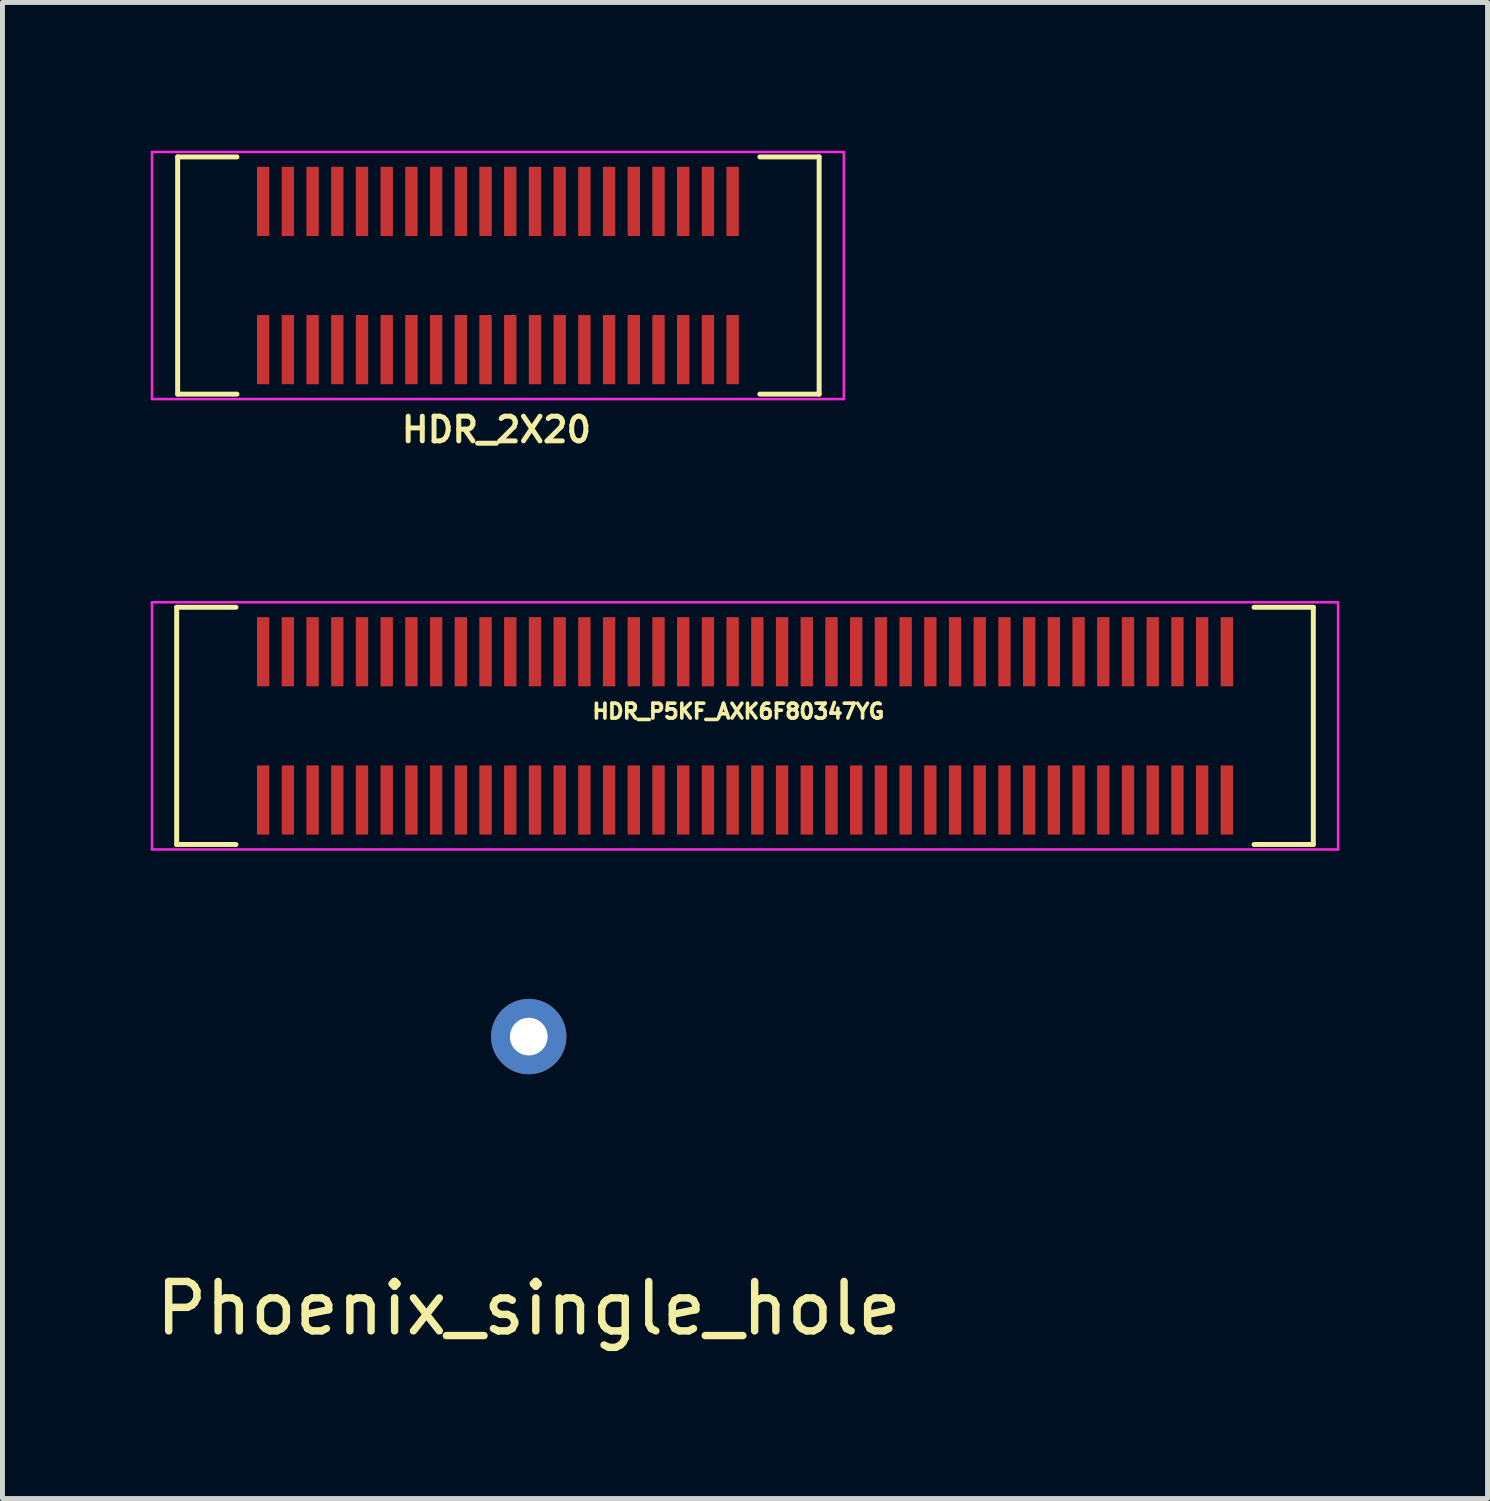
<source format=kicad_pcb>
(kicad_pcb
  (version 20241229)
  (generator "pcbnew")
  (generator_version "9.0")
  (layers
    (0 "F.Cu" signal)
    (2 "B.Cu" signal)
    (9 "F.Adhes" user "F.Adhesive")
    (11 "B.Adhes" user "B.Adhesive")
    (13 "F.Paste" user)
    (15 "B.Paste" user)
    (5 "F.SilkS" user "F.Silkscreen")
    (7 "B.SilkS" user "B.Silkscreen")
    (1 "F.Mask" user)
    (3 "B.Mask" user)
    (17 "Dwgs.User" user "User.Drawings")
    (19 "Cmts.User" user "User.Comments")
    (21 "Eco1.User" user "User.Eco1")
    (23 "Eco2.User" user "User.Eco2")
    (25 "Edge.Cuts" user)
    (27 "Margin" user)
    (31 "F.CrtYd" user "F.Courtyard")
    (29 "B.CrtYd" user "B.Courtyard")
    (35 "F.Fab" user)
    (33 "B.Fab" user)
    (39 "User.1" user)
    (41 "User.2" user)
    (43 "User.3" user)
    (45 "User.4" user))
  (footprint "HDR_P5KF_AXK6F80347YG"
    (layer "F.Cu")
    (at 12.025 11.638)
    (property "Reference" "HDR_P5KF_AXK6F80347YG" (at -0.135 -0.294 0) (layer "F.SilkS") (effects (font (size 0.3 0.3) (thickness 0.074))))
    (attr through_hole)
    (fp_line (start -11.5 -2.4) (end -11.5 2.4) (stroke (width 0.1) (type solid)) (layer "F.SilkS"))
    (fp_line (start -11.5 -2.4) (end -10.3 -2.4) (stroke (width 0.1) (type solid)) (layer "F.SilkS"))
    (fp_line (start -11.5 2.4) (end -10.3 2.4) (stroke (width 0.1) (type solid)) (layer "F.SilkS"))
    (fp_line (start 11.5 -2.4) (end 10.3 -2.4) (stroke (width 0.1) (type solid)) (layer "F.SilkS"))
    (fp_line (start 11.5 -2.4) (end 11.5 2.4) (stroke (width 0.1) (type solid)) (layer "F.SilkS"))
    (fp_line (start 11.5 2.4) (end 10.3 2.4) (stroke (width 0.1) (type solid)) (layer "F.SilkS"))
    (fp_line (start -12 -2.5) (end 12 -2.5) (stroke (width 0.05) (type solid)) (layer "F.CrtYd"))
    (fp_line (start -12 2.5) (end -12 -2.5) (stroke (width 0.05) (type solid)) (layer "F.CrtYd"))
    (fp_line (start 12 -2.5) (end 12 2.5) (stroke (width 0.05) (type solid)) (layer "F.CrtYd"))
    (fp_line (start 12 2.5) (end -12 2.5) (stroke (width 0.05) (type solid)) (layer "F.CrtYd"))
    (pad "1" smd rect (at 9.75 1.5 180) (size 0.25 1.4) (layers "F.Cu" "F.Mask" "F.Paste"))
    (pad "2" smd rect (at 9.75 -1.5 180) (size 0.25 1.4) (layers "F.Cu" "F.Mask" "F.Paste"))
    (pad "3" smd rect (at 9.25 1.5 180) (size 0.25 1.4) (layers "F.Cu" "F.Mask" "F.Paste"))
    (pad "4" smd rect (at 9.25 -1.5 180) (size 0.25 1.4) (layers "F.Cu" "F.Mask" "F.Paste"))
    (pad "5" smd rect (at 8.75 1.5 180) (size 0.25 1.4) (layers "F.Cu" "F.Mask" "F.Paste"))
    (pad "6" smd rect (at 8.75 -1.5 180) (size 0.25 1.4) (layers "F.Cu" "F.Mask" "F.Paste"))
    (pad "7" smd rect (at 8.25 1.5 180) (size 0.25 1.4) (layers "F.Cu" "F.Mask" "F.Paste"))
    (pad "8" smd rect (at 8.25 -1.5 180) (size 0.25 1.4) (layers "F.Cu" "F.Mask" "F.Paste"))
    (pad "9" smd rect (at 7.75 1.5 180) (size 0.25 1.4) (layers "F.Cu" "F.Mask" "F.Paste"))
    (pad "10" smd rect (at 7.75 -1.5 180) (size 0.25 1.4) (layers "F.Cu" "F.Mask" "F.Paste"))
    (pad "11" smd rect (at 7.25 1.5 180) (size 0.25 1.4) (layers "F.Cu" "F.Mask" "F.Paste"))
    (pad "12" smd rect (at 7.25 -1.5 180) (size 0.25 1.4) (layers "F.Cu" "F.Mask" "F.Paste"))
    (pad "13" smd rect (at 6.75 1.5 180) (size 0.25 1.4) (layers "F.Cu" "F.Mask" "F.Paste"))
    (pad "14" smd rect (at 6.75 -1.5 180) (size 0.25 1.4) (layers "F.Cu" "F.Mask" "F.Paste"))
    (pad "15" smd rect (at 6.25 1.5 180) (size 0.25 1.4) (layers "F.Cu" "F.Mask" "F.Paste"))
    (pad "16" smd rect (at 6.25 -1.5 180) (size 0.25 1.4) (layers "F.Cu" "F.Mask" "F.Paste"))
    (pad "17" smd rect (at 5.75 1.5 180) (size 0.25 1.4) (layers "F.Cu" "F.Mask" "F.Paste"))
    (pad "18" smd rect (at 5.75 -1.5 180) (size 0.25 1.4) (layers "F.Cu" "F.Mask" "F.Paste"))
    (pad "19" smd rect (at 5.25 1.5 180) (size 0.25 1.4) (layers "F.Cu" "F.Mask" "F.Paste"))
    (pad "20" smd rect (at 5.25 -1.5 180) (size 0.25 1.4) (layers "F.Cu" "F.Mask" "F.Paste"))
    (pad "21" smd rect (at 4.75 1.5 180) (size 0.25 1.4) (layers "F.Cu" "F.Mask" "F.Paste"))
    (pad "22" smd rect (at 4.75 -1.5 180) (size 0.25 1.4) (layers "F.Cu" "F.Mask" "F.Paste"))
    (pad "23" smd rect (at 4.25 1.5 180) (size 0.25 1.4) (layers "F.Cu" "F.Mask" "F.Paste"))
    (pad "24" smd rect (at 4.25 -1.5 180) (size 0.25 1.4) (layers "F.Cu" "F.Mask" "F.Paste"))
    (pad "25" smd rect (at 3.75 1.5 180) (size 0.25 1.4) (layers "F.Cu" "F.Mask" "F.Paste"))
    (pad "26" smd rect (at 3.75 -1.5 180) (size 0.25 1.4) (layers "F.Cu" "F.Mask" "F.Paste"))
    (pad "27" smd rect (at 3.25 1.5 180) (size 0.25 1.4) (layers "F.Cu" "F.Mask" "F.Paste"))
    (pad "28" smd rect (at 3.25 -1.5 180) (size 0.25 1.4) (layers "F.Cu" "F.Mask" "F.Paste"))
    (pad "29" smd rect (at 2.75 1.5 180) (size 0.25 1.4) (layers "F.Cu" "F.Mask" "F.Paste"))
    (pad "30" smd rect (at 2.75 -1.5 180) (size 0.25 1.4) (layers "F.Cu" "F.Mask" "F.Paste"))
    (pad "31" smd rect (at 2.25 1.5 180) (size 0.25 1.4) (layers "F.Cu" "F.Mask" "F.Paste"))
    (pad "32" smd rect (at 2.25 -1.5 180) (size 0.25 1.4) (layers "F.Cu" "F.Mask" "F.Paste"))
    (pad "33" smd rect (at 1.75 1.5 180) (size 0.25 1.4) (layers "F.Cu" "F.Mask" "F.Paste"))
    (pad "34" smd rect (at 1.75 -1.5 180) (size 0.25 1.4) (layers "F.Cu" "F.Mask" "F.Paste"))
    (pad "35" smd rect (at 1.25 1.5 180) (size 0.25 1.4) (layers "F.Cu" "F.Mask" "F.Paste"))
    (pad "36" smd rect (at 1.25 -1.5 180) (size 0.25 1.4) (layers "F.Cu" "F.Mask" "F.Paste"))
    (pad "37" smd rect (at 0.75 1.5 180) (size 0.25 1.4) (layers "F.Cu" "F.Mask" "F.Paste"))
    (pad "38" smd rect (at 0.75 -1.5 180) (size 0.25 1.4) (layers "F.Cu" "F.Mask" "F.Paste"))
    (pad "39" smd rect (at 0.25 1.5 180) (size 0.25 1.4) (layers "F.Cu" "F.Mask" "F.Paste"))
    (pad "40" smd rect (at 0.25 -1.5 180) (size 0.25 1.4) (layers "F.Cu" "F.Mask" "F.Paste"))
    (pad "41" smd rect (at -0.25 1.5 180) (size 0.25 1.4) (layers "F.Cu" "F.Mask" "F.Paste"))
    (pad "42" smd rect (at -0.25 -1.5 180) (size 0.25 1.4) (layers "F.Cu" "F.Mask" "F.Paste"))
    (pad "43" smd rect (at -0.75 1.5 180) (size 0.25 1.4) (layers "F.Cu" "F.Mask" "F.Paste"))
    (pad "44" smd rect (at -0.75 -1.5 180) (size 0.25 1.4) (layers "F.Cu" "F.Mask" "F.Paste"))
    (pad "45" smd rect (at -1.25 1.5 180) (size 0.25 1.4) (layers "F.Cu" "F.Mask" "F.Paste"))
    (pad "46" smd rect (at -1.25 -1.5 180) (size 0.25 1.4) (layers "F.Cu" "F.Mask" "F.Paste"))
    (pad "47" smd rect (at -1.75 1.5 180) (size 0.25 1.4) (layers "F.Cu" "F.Mask" "F.Paste"))
    (pad "48" smd rect (at -1.75 -1.5 180) (size 0.25 1.4) (layers "F.Cu" "F.Mask" "F.Paste"))
    (pad "49" smd rect (at -2.25 1.5 180) (size 0.25 1.4) (layers "F.Cu" "F.Mask" "F.Paste"))
    (pad "50" smd rect (at -2.25 -1.5 180) (size 0.25 1.4) (layers "F.Cu" "F.Mask" "F.Paste"))
    (pad "51" smd rect (at -2.75 1.5 180) (size 0.25 1.4) (layers "F.Cu" "F.Mask" "F.Paste"))
    (pad "52" smd rect (at -2.75 -1.5 180) (size 0.25 1.4) (layers "F.Cu" "F.Mask" "F.Paste"))
    (pad "53" smd rect (at -3.25 1.5 180) (size 0.25 1.4) (layers "F.Cu" "F.Mask" "F.Paste"))
    (pad "54" smd rect (at -3.25 -1.5 180) (size 0.25 1.4) (layers "F.Cu" "F.Mask" "F.Paste"))
    (pad "55" smd rect (at -3.75 1.5 180) (size 0.25 1.4) (layers "F.Cu" "F.Mask" "F.Paste"))
    (pad "56" smd rect (at -3.75 -1.5 180) (size 0.25 1.4) (layers "F.Cu" "F.Mask" "F.Paste"))
    (pad "57" smd rect (at -4.25 1.5 180) (size 0.25 1.4) (layers "F.Cu" "F.Mask" "F.Paste"))
    (pad "58" smd rect (at -4.25 -1.5 180) (size 0.25 1.4) (layers "F.Cu" "F.Mask" "F.Paste"))
    (pad "59" smd rect (at -4.75 1.5 180) (size 0.25 1.4) (layers "F.Cu" "F.Mask" "F.Paste"))
    (pad "60" smd rect (at -4.75 -1.5 180) (size 0.25 1.4) (layers "F.Cu" "F.Mask" "F.Paste"))
    (pad "61" smd rect (at -5.25 1.5 180) (size 0.25 1.4) (layers "F.Cu" "F.Mask" "F.Paste"))
    (pad "62" smd rect (at -5.25 -1.5 180) (size 0.25 1.4) (layers "F.Cu" "F.Mask" "F.Paste"))
    (pad "63" smd rect (at -5.75 1.5 180) (size 0.25 1.4) (layers "F.Cu" "F.Mask" "F.Paste"))
    (pad "64" smd rect (at -5.75 -1.5 180) (size 0.25 1.4) (layers "F.Cu" "F.Mask" "F.Paste"))
    (pad "65" smd rect (at -6.25 1.5 180) (size 0.25 1.4) (layers "F.Cu" "F.Mask" "F.Paste"))
    (pad "66" smd rect (at -6.25 -1.5 180) (size 0.25 1.4) (layers "F.Cu" "F.Mask" "F.Paste"))
    (pad "67" smd rect (at -6.75 1.5 180) (size 0.25 1.4) (layers "F.Cu" "F.Mask" "F.Paste"))
    (pad "68" smd rect (at -6.75 -1.5 180) (size 0.25 1.4) (layers "F.Cu" "F.Mask" "F.Paste"))
    (pad "69" smd rect (at -7.25 1.5 180) (size 0.25 1.4) (layers "F.Cu" "F.Mask" "F.Paste"))
    (pad "70" smd rect (at -7.25 -1.5 180) (size 0.25 1.4) (layers "F.Cu" "F.Mask" "F.Paste"))
    (pad "71" smd rect (at -7.75 1.5 180) (size 0.25 1.4) (layers "F.Cu" "F.Mask" "F.Paste"))
    (pad "72" smd rect (at -7.75 -1.5 180) (size 0.25 1.4) (layers "F.Cu" "F.Mask" "F.Paste"))
    (pad "73" smd rect (at -8.25 1.5 180) (size 0.25 1.4) (layers "F.Cu" "F.Mask" "F.Paste"))
    (pad "74" smd rect (at -8.25 -1.5 180) (size 0.25 1.4) (layers "F.Cu" "F.Mask" "F.Paste"))
    (pad "75" smd rect (at -8.75 1.5 180) (size 0.25 1.4) (layers "F.Cu" "F.Mask" "F.Paste"))
    (pad "76" smd rect (at -8.75 -1.5 180) (size 0.25 1.4) (layers "F.Cu" "F.Mask" "F.Paste"))
    (pad "77" smd rect (at -9.25 1.5 180) (size 0.25 1.4) (layers "F.Cu" "F.Mask" "F.Paste"))
    (pad "78" smd rect (at -9.25 -1.5 180) (size 0.25 1.4) (layers "F.Cu" "F.Mask" "F.Paste"))
    (pad "79" smd rect (at -9.75 1.5 180) (size 0.25 1.4) (layers "F.Cu" "F.Mask" "F.Paste"))
    (pad "80" smd rect (at -9.75 -1.5 180) (size 0.25 1.4) (layers "F.Cu" "F.Mask" "F.Paste")))
  (footprint "HDR_2X20"
    (layer "F.Cu")
    (at 2.025 2.525)
    (property "Reference" "HDR_2X20" (at 4.97 3.12 0) (layer "F.SilkS") (effects (font (size 0.5 0.5) (thickness 0.1))))
    (attr through_hole)
    (fp_line (start -1.48 -2.4) (end -1.48 2.4) (stroke (width 0.1) (type solid)) (layer "F.SilkS"))
    (fp_line (start -1.48 -2.4) (end -0.28 -2.4) (stroke (width 0.1) (type solid)) (layer "F.SilkS"))
    (fp_line (start -1.48 2.4) (end -0.28 2.4) (stroke (width 0.1) (type solid)) (layer "F.SilkS"))
    (fp_line (start 11.5 -2.4) (end 10.3 -2.4) (stroke (width 0.1) (type solid)) (layer "F.SilkS"))
    (fp_line (start 11.5 -2.4) (end 11.5 2.4) (stroke (width 0.1) (type solid)) (layer "F.SilkS"))
    (fp_line (start 11.5 2.4) (end 10.3 2.4) (stroke (width 0.1) (type solid)) (layer "F.SilkS"))
    (fp_line (start -2 -2.5) (end 12 -2.5) (stroke (width 0.05) (type solid)) (layer "F.CrtYd"))
    (fp_line (start -2 2.5) (end -2 -2.5) (stroke (width 0.05) (type solid)) (layer "F.CrtYd"))
    (fp_line (start 12 -2.5) (end 12 2.5) (stroke (width 0.05) (type solid)) (layer "F.CrtYd"))
    (fp_line (start 12 2.5) (end -2 2.5) (stroke (width 0.05) (type solid)) (layer "F.CrtYd"))
    (pad "1" smd rect (at 9.75 1.5 180) (size 0.25 1.4) (layers "F.Cu" "F.Mask" "F.Paste"))
    (pad "2" smd rect (at 9.75 -1.5 180) (size 0.25 1.4) (layers "F.Cu" "F.Mask" "F.Paste"))
    (pad "3" smd rect (at 9.25 1.5 180) (size 0.25 1.4) (layers "F.Cu" "F.Mask" "F.Paste"))
    (pad "4" smd rect (at 9.25 -1.5 180) (size 0.25 1.4) (layers "F.Cu" "F.Mask" "F.Paste"))
    (pad "5" smd rect (at 8.75 1.5 180) (size 0.25 1.4) (layers "F.Cu" "F.Mask" "F.Paste"))
    (pad "6" smd rect (at 8.75 -1.5 180) (size 0.25 1.4) (layers "F.Cu" "F.Mask" "F.Paste"))
    (pad "7" smd rect (at 8.25 1.5 180) (size 0.25 1.4) (layers "F.Cu" "F.Mask" "F.Paste"))
    (pad "8" smd rect (at 8.25 -1.5 180) (size 0.25 1.4) (layers "F.Cu" "F.Mask" "F.Paste"))
    (pad "9" smd rect (at 7.75 1.5 180) (size 0.25 1.4) (layers "F.Cu" "F.Mask" "F.Paste"))
    (pad "10" smd rect (at 7.75 -1.5 180) (size 0.25 1.4) (layers "F.Cu" "F.Mask" "F.Paste"))
    (pad "11" smd rect (at 7.25 1.5 180) (size 0.25 1.4) (layers "F.Cu" "F.Mask" "F.Paste"))
    (pad "12" smd rect (at 7.25 -1.5 180) (size 0.25 1.4) (layers "F.Cu" "F.Mask" "F.Paste"))
    (pad "13" smd rect (at 6.75 1.5 180) (size 0.25 1.4) (layers "F.Cu" "F.Mask" "F.Paste"))
    (pad "14" smd rect (at 6.75 -1.5 180) (size 0.25 1.4) (layers "F.Cu" "F.Mask" "F.Paste"))
    (pad "15" smd rect (at 6.25 1.5 180) (size 0.25 1.4) (layers "F.Cu" "F.Mask" "F.Paste"))
    (pad "16" smd rect (at 6.25 -1.5 180) (size 0.25 1.4) (layers "F.Cu" "F.Mask" "F.Paste"))
    (pad "17" smd rect (at 5.75 1.5 180) (size 0.25 1.4) (layers "F.Cu" "F.Mask" "F.Paste"))
    (pad "18" smd rect (at 5.75 -1.5 180) (size 0.25 1.4) (layers "F.Cu" "F.Mask" "F.Paste"))
    (pad "19" smd rect (at 5.25 1.5 180) (size 0.25 1.4) (layers "F.Cu" "F.Mask" "F.Paste"))
    (pad "20" smd rect (at 5.25 -1.5 180) (size 0.25 1.4) (layers "F.Cu" "F.Mask" "F.Paste"))
    (pad "21" smd rect (at 4.75 1.5 180) (size 0.25 1.4) (layers "F.Cu" "F.Mask" "F.Paste"))
    (pad "22" smd rect (at 4.75 -1.5 180) (size 0.25 1.4) (layers "F.Cu" "F.Mask" "F.Paste"))
    (pad "23" smd rect (at 4.25 1.5 180) (size 0.25 1.4) (layers "F.Cu" "F.Mask" "F.Paste"))
    (pad "24" smd rect (at 4.25 -1.5 180) (size 0.25 1.4) (layers "F.Cu" "F.Mask" "F.Paste"))
    (pad "25" smd rect (at 3.75 1.5 180) (size 0.25 1.4) (layers "F.Cu" "F.Mask" "F.Paste"))
    (pad "26" smd rect (at 3.75 -1.5 180) (size 0.25 1.4) (layers "F.Cu" "F.Mask" "F.Paste"))
    (pad "27" smd rect (at 3.25 1.5 180) (size 0.25 1.4) (layers "F.Cu" "F.Mask" "F.Paste"))
    (pad "28" smd rect (at 3.25 -1.5 180) (size 0.25 1.4) (layers "F.Cu" "F.Mask" "F.Paste"))
    (pad "29" smd rect (at 2.75 1.5 180) (size 0.25 1.4) (layers "F.Cu" "F.Mask" "F.Paste"))
    (pad "30" smd rect (at 2.75 -1.5 180) (size 0.25 1.4) (layers "F.Cu" "F.Mask" "F.Paste"))
    (pad "31" smd rect (at 2.25 1.5 180) (size 0.25 1.4) (layers "F.Cu" "F.Mask" "F.Paste"))
    (pad "32" smd rect (at 2.25 -1.5 180) (size 0.25 1.4) (layers "F.Cu" "F.Mask" "F.Paste"))
    (pad "33" smd rect (at 1.75 1.5 180) (size 0.25 1.4) (layers "F.Cu" "F.Mask" "F.Paste"))
    (pad "34" smd rect (at 1.75 -1.5 180) (size 0.25 1.4) (layers "F.Cu" "F.Mask" "F.Paste"))
    (pad "35" smd rect (at 1.25 1.5 180) (size 0.25 1.4) (layers "F.Cu" "F.Mask" "F.Paste"))
    (pad "36" smd rect (at 1.25 -1.5 180) (size 0.25 1.4) (layers "F.Cu" "F.Mask" "F.Paste"))
    (pad "37" smd rect (at 0.75 1.5 180) (size 0.25 1.4) (layers "F.Cu" "F.Mask" "F.Paste"))
    (pad "38" smd rect (at 0.75 -1.5 180) (size 0.25 1.4) (layers "F.Cu" "F.Mask" "F.Paste"))
    (pad "39" smd rect (at 0.25 1.5 180) (size 0.25 1.4) (layers "F.Cu" "F.Mask" "F.Paste"))
    (pad "40" smd rect (at 0.25 -1.5 180) (size 0.25 1.4) (layers "F.Cu" "F.Mask" "F.Paste")))
  (footprint "Phoenix_single_hole"
    (layer "F.Cu")
    (at 7.649 22.925)
    (property "Reference" "Phoenix_single_hole" (at 0 0.5 0) (layer "F.SilkS") (effects (font (size 1 1) (thickness 0.15))))
    (attr through_hole)
    (pad "1" thru_hole circle (at 0 -5) (size 1.524 1.524) (drill 0.762) (layers "*.Cu" "*.Mask")))
  (gr_rect
    (start -3 -3)
    (end 27.05 27.273)
    (stroke (width 0.1) (type default))
    (fill no)
    (layer "Edge.Cuts")))
</source>
